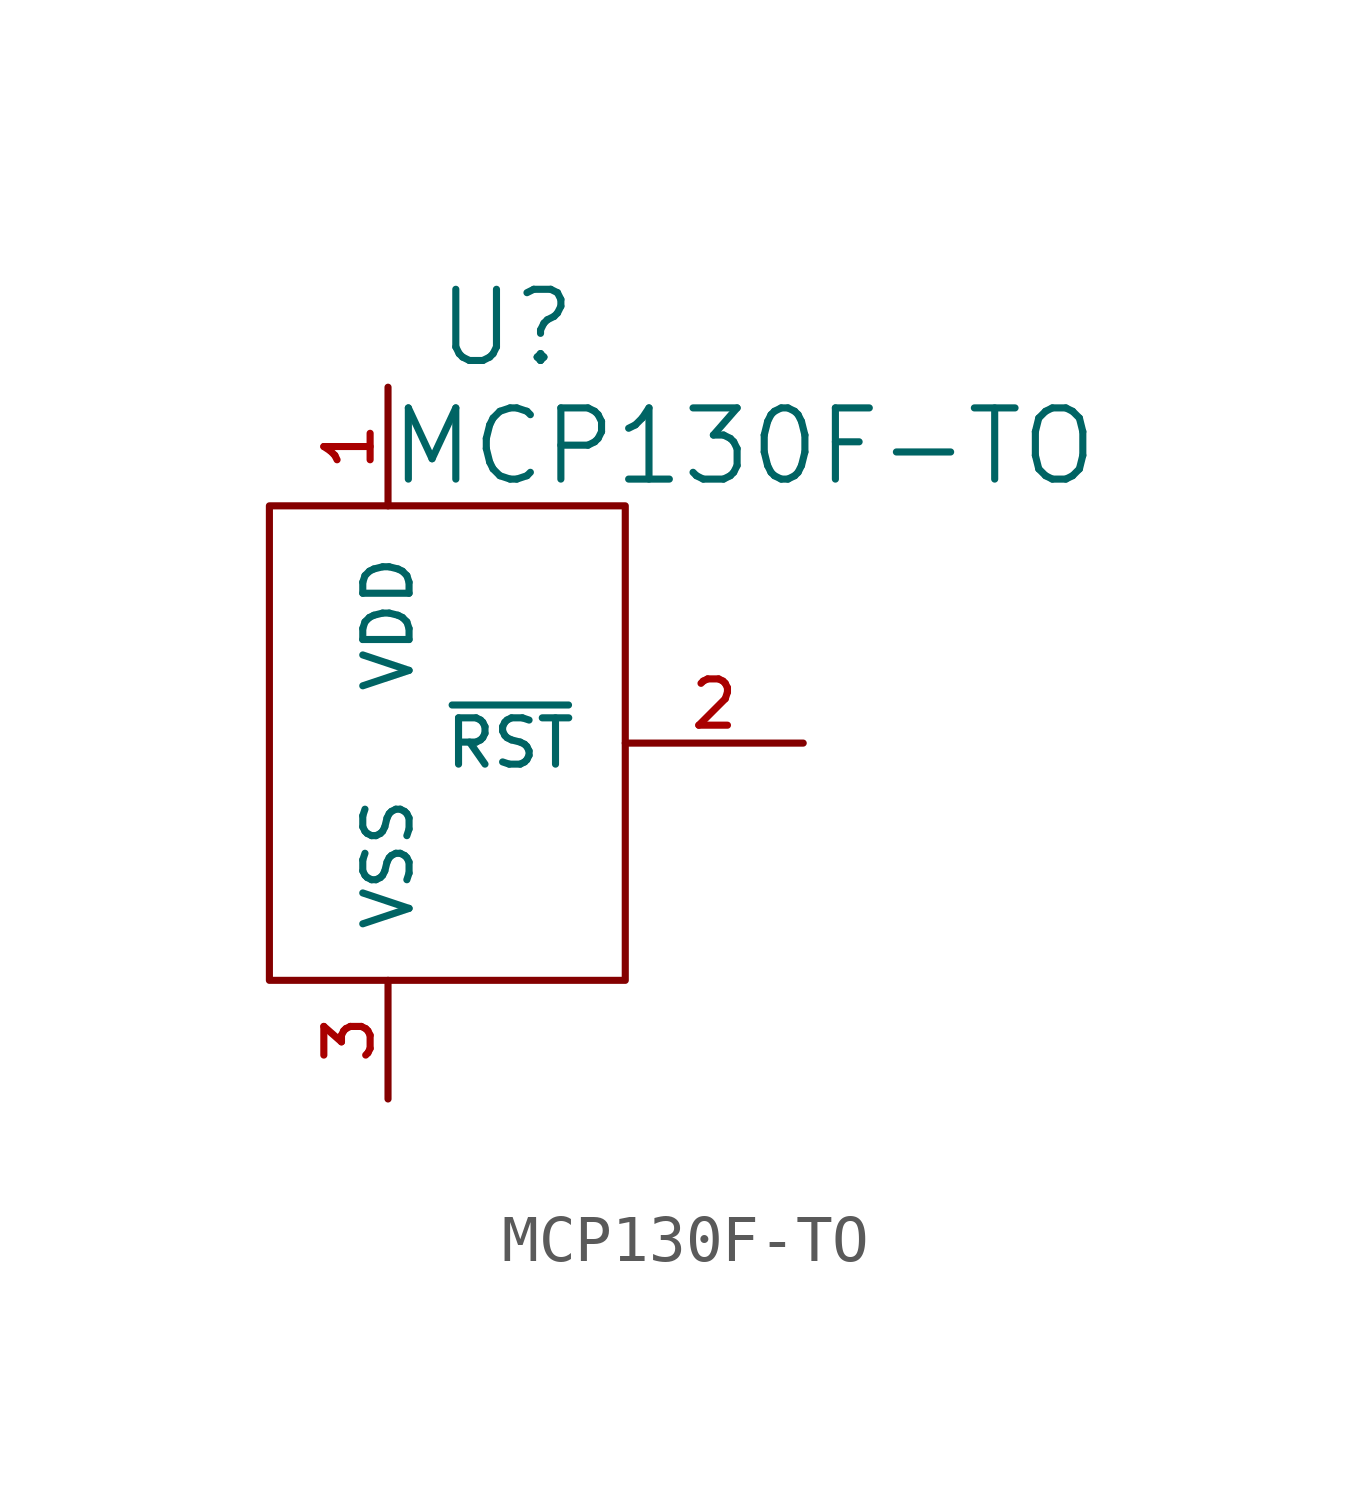
<source format=kicad_sym>
(kicad_symbol_lib
  (version 20220914)
  (generator kicad_symbol_editor)
  (symbol "MCP130F-TO"
    (pin_names
      (offset 1.016))
    (property "Reference" "U"
      (at 1.27 8.89 0)
      (effects (font (size 1.524 1.524))))
    (property "Value" "MCP130F-TO"
      (at 6.35 6.35 0)
      (effects (font (size 1.524 1.524))))
    (property "Footprint" ""
      (at 0 0 0)
      (effects (font (size 1.524 1.524))))
    (property "Datasheet" ""
      (at 0 0 0)
      (effects (font (size 1.524 1.524))))
    (symbol "MCP130F-TO_0_1"
      (rectangle (start -3.81 5.08) (end 3.81 -5.08) (stroke (width 0) (type solid)) (fill (type none))))
    (symbol "MCP130F-TO_1_1"
      (pin bidirectional line (at -1.27 7.62 270) (length 2.54) (name "VDD" (effects (font (size 0.991 0.991)))) (number "1" (effects (font (size 0.991 0.991)))))
      (pin passive line (at 7.62 0 180) (length 3.81) (name "~{RST}" (effects (font (size 0.991 0.991)))) (number "2" (effects (font (size 0.991 0.991)))))
      (pin passive line (at -1.27 -7.62 90) (length 2.54) (name "VSS" (effects (font (size 0.991 0.991)))) (number "3" (effects (font (size 0.991 0.991))))))))
</source>
